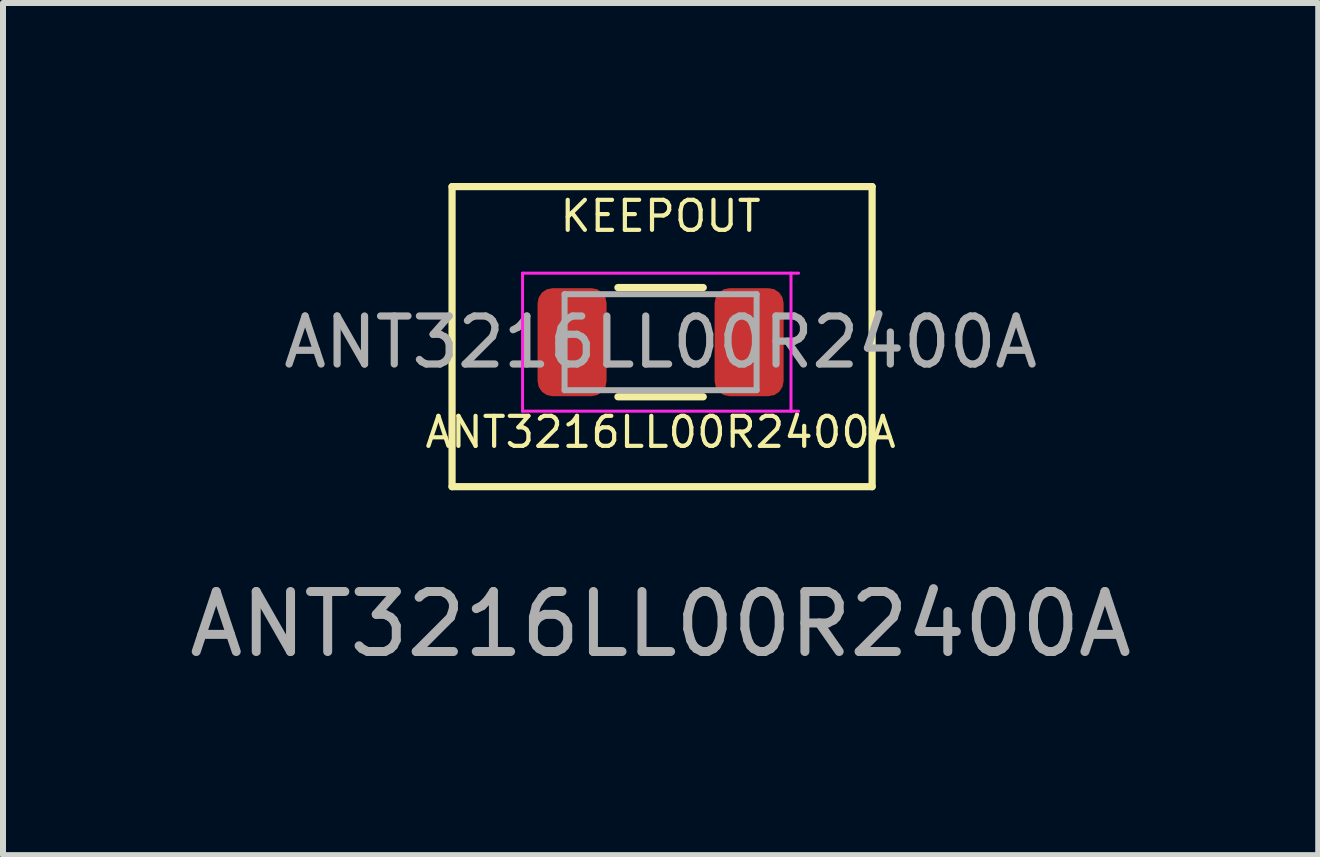
<source format=kicad_pcb>
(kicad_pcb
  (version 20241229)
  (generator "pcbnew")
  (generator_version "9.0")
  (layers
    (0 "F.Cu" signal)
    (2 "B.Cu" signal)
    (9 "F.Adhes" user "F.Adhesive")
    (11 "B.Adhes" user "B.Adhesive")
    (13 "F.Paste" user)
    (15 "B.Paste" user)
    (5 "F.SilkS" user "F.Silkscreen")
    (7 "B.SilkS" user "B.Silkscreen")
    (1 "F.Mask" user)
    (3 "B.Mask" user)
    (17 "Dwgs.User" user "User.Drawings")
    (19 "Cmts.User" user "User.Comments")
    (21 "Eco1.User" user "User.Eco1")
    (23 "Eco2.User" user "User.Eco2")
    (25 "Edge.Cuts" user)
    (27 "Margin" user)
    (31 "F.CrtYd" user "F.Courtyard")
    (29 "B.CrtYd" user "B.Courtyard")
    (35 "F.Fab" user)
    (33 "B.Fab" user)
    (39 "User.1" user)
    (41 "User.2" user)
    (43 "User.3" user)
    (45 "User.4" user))
  (footprint "ANT3216LL00R2400A"
    (layer "F.Cu")
    (at 7.958 2.552)
    (property "Reference" "ANT3216LL00R2400A" (at 0 1.6 0) (unlocked yes) (layer "F.SilkS") (effects (font (size 0.5 0.5) (thickness 0.07))))
    (attr smd)
    (fp_line (start -3.475 -2.492) (end 3.525 -2.492) (stroke (width 0.12) (type solid)) (layer "F.SilkS"))
    (fp_line (start -3.475 2.508) (end -3.475 -2.492) (stroke (width 0.12) (type solid)) (layer "F.SilkS"))
    (fp_line (start -3.475 2.508) (end 3.525 2.508) (stroke (width 0.12) (type solid)) (layer "F.SilkS"))
    (fp_line (start -0.711 -0.81) (end 0.711 -0.81) (stroke (width 0.12) (type solid)) (layer "F.SilkS"))
    (fp_line (start -0.711 1.01) (end 0.711 1.01) (stroke (width 0.12) (type solid)) (layer "F.SilkS"))
    (fp_line (start 3.525 -2.492) (end 3.525 2.508) (stroke (width 0.12) (type solid)) (layer "F.SilkS"))
    (fp_line (start -2.3 -1.05) (end 2.3 -1.05) (stroke (width 0.05) (type solid)) (layer "F.CrtYd"))
    (fp_line (start -2.3 1.25) (end -2.3 -1.05) (stroke (width 0.05) (type solid)) (layer "F.CrtYd"))
    (fp_line (start 2.173 -1.05) (end 2.173 1.25) (stroke (width 0.05) (type solid)) (layer "F.CrtYd"))
    (fp_line (start 2.3 1.25) (end -2.3 1.25) (stroke (width 0.05) (type solid)) (layer "F.CrtYd"))
    (fp_line (start -1.6 -0.7) (end 1.6 -0.7) (stroke (width 0.1) (type solid)) (layer "F.Fab"))
    (fp_line (start -1.6 0.9) (end -1.6 -0.7) (stroke (width 0.1) (type solid)) (layer "F.Fab"))
    (fp_line (start 1.6 -0.7) (end 1.6 0.9) (stroke (width 0.1) (type solid)) (layer "F.Fab"))
    (fp_line (start 1.6 0.9) (end -1.6 0.9) (stroke (width 0.1) (type solid)) (layer "F.Fab"))
    (fp_text user "KEEPOUT" (at 0 -2 0) (unlocked yes) (layer "F.SilkS") (effects (font (size 0.5 0.5) (thickness 0.07))))
    (fp_text user "${REFERENCE}" (at 0 4.8 0) (unlocked yes) (layer "F.Fab") (effects (font (size 1 1) (thickness 0.15))))
    (fp_text user "${REFERENCE}" (at 0 0.1 0) (layer "F.Fab") (effects (font (size 0.8 0.8) (thickness 0.12))))
    (pad "1" smd roundrect (at -1.475 0.1) (size 1.15 1.8) (layers "F.Cu" "F.Mask" "F.Paste") (roundrect_rratio 0.217))
    (pad "2" smd roundrect (at 1.475 0.1) (size 1.15 1.8) (layers "F.Cu" "F.Mask" "F.Paste") (roundrect_rratio 0.217))
    (zone (net_name "") (layers "F.Cu" "B.Cu") (hatch edge 0.508) (connect_pads) (min_thickness 0.254) (filled_areas_thickness no) (keepout (tracks allowed) (vias not_allowed) (pads allowed) (copperpour allowed) (footprints allowed)) (placement (enabled no)) (fill) (polygon (pts (xy 11.458 5.052) (xy 4.458 5.052) (xy 4.458 0.052) (xy 11.458 0.052))))
    (zone (net_name "") (layer "In1.Cu") (hatch edge 0.508) (connect_pads) (min_thickness 0.254) (filled_areas_thickness no) (keepout (tracks not_allowed) (vias not_allowed) (pads not_allowed) (copperpour allowed) (footprints allowed)) (placement (enabled no)) (fill) (polygon (pts (xy 11.458 5.052) (xy 4.458 5.052) (xy 4.458 0.052) (xy 11.458 0.052)))))
  (gr_rect
    (start -3 -3)
    (end 18.917 11.2)
    (stroke (width 0.1) (type default))
    (fill no)
    (layer "Edge.Cuts")))
</source>
